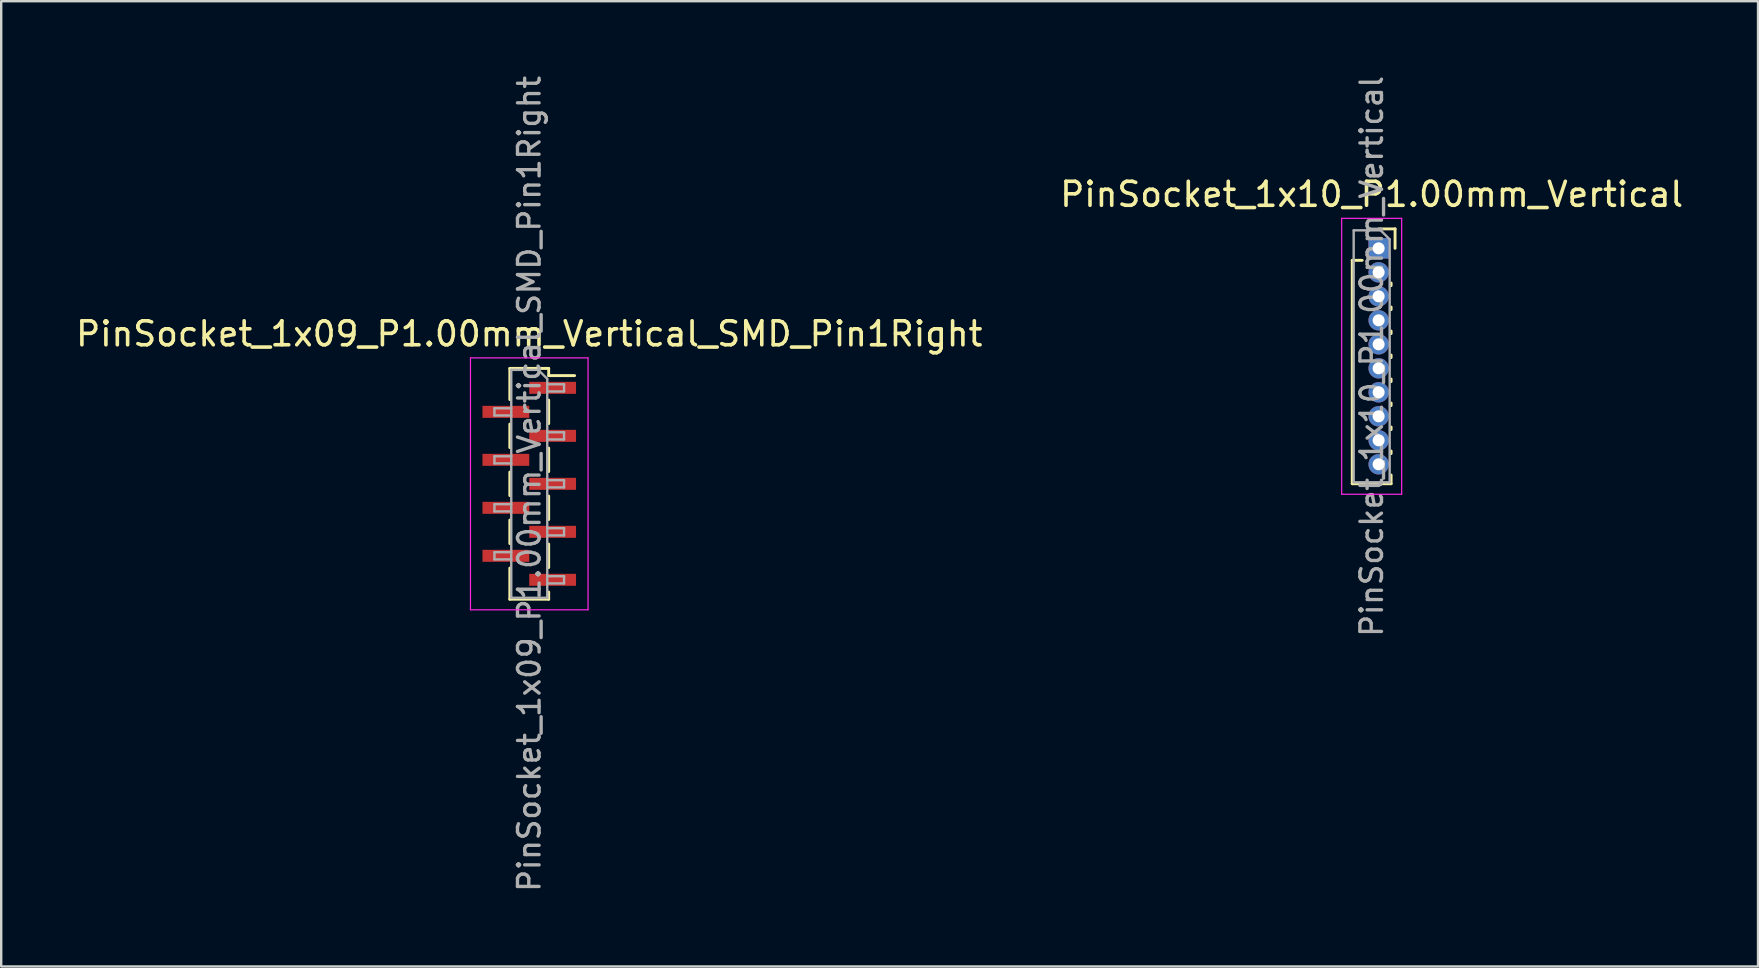
<source format=kicad_pcb>
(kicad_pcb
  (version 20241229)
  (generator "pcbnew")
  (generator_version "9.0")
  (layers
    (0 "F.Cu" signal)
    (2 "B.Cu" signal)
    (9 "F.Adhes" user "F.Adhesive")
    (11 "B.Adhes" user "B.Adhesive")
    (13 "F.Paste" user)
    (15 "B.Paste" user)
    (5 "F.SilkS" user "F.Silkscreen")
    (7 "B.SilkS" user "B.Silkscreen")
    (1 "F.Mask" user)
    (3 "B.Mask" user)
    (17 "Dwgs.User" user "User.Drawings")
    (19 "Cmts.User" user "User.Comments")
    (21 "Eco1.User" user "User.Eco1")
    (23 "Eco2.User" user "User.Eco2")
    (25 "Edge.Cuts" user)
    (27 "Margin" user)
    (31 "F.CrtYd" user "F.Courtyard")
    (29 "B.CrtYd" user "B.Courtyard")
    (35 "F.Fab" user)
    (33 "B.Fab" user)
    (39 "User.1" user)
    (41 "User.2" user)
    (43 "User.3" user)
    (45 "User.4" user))
  (footprint "PinSocket_1x10_P1.00mm_Vertical"
    (layer "F.Cu")
    (at 54.403 7.299)
    (property "Reference" "PinSocket_1x10_P1.00mm_Vertical" (at -0.29 -2.25 0) (layer "F.SilkS") (effects (font (size 1 1) (thickness 0.15))))
    (attr through_hole)
    (fp_line (start -1.1 0.5) (end -1.1 9.81) (stroke (width 0.12) (type solid)) (layer "F.SilkS"))
    (fp_line (start -1.1 0.5) (end -0.685 0.5) (stroke (width 0.12) (type solid)) (layer "F.SilkS"))
    (fp_line (start -1.1 9.81) (end 0.52 9.81) (stroke (width 0.12) (type solid)) (layer "F.SilkS"))
    (fp_line (start 0 -0.81) (end 0.685 -0.81) (stroke (width 0.12) (type solid)) (layer "F.SilkS"))
    (fp_line (start 0.52 1.446) (end 0.52 1.554) (stroke (width 0.12) (type solid)) (layer "F.SilkS"))
    (fp_line (start 0.52 2.446) (end 0.52 2.554) (stroke (width 0.12) (type solid)) (layer "F.SilkS"))
    (fp_line (start 0.52 3.446) (end 0.52 3.554) (stroke (width 0.12) (type solid)) (layer "F.SilkS"))
    (fp_line (start 0.52 4.446) (end 0.52 4.554) (stroke (width 0.12) (type solid)) (layer "F.SilkS"))
    (fp_line (start 0.52 5.446) (end 0.52 5.554) (stroke (width 0.12) (type solid)) (layer "F.SilkS"))
    (fp_line (start 0.52 6.446) (end 0.52 6.554) (stroke (width 0.12) (type solid)) (layer "F.SilkS"))
    (fp_line (start 0.52 7.446) (end 0.52 7.554) (stroke (width 0.12) (type solid)) (layer "F.SilkS"))
    (fp_line (start 0.52 8.446) (end 0.52 8.554) (stroke (width 0.12) (type solid)) (layer "F.SilkS"))
    (fp_line (start 0.52 9.446) (end 0.52 9.81) (stroke (width 0.12) (type solid)) (layer "F.SilkS"))
    (fp_line (start 0.685 -0.81) (end 0.685 0) (stroke (width 0.12) (type solid)) (layer "F.SilkS"))
    (fp_line (start -1.54 -1.25) (end 0.96 -1.25) (stroke (width 0.05) (type solid)) (layer "F.CrtYd"))
    (fp_line (start -1.54 10.25) (end -1.54 -1.25) (stroke (width 0.05) (type solid)) (layer "F.CrtYd"))
    (fp_line (start 0.96 -1.25) (end 0.96 10.25) (stroke (width 0.05) (type solid)) (layer "F.CrtYd"))
    (fp_line (start 0.96 10.25) (end -1.54 10.25) (stroke (width 0.05) (type solid)) (layer "F.CrtYd"))
    (fp_line (start -1.04 -0.75) (end 0.085 -0.75) (stroke (width 0.1) (type solid)) (layer "F.Fab"))
    (fp_line (start -1.04 9.75) (end -1.04 -0.75) (stroke (width 0.1) (type solid)) (layer "F.Fab"))
    (fp_line (start 0.085 -0.75) (end 0.46 -0.375) (stroke (width 0.1) (type solid)) (layer "F.Fab"))
    (fp_line (start 0.46 -0.375) (end 0.46 9.75) (stroke (width 0.1) (type solid)) (layer "F.Fab"))
    (fp_line (start 0.46 9.75) (end -1.04 9.75) (stroke (width 0.1) (type solid)) (layer "F.Fab"))
    (fp_text user "${REFERENCE}" (at -0.29 4.5 90) (layer "F.Fab") (effects (font (size 0.9 0.9) (thickness 0.14))))
    (pad "1" thru_hole rect (at 0 0) (size 0.85 0.85) (drill 0.5) (layers "*.Cu" "*.Mask"))
    (pad "2" thru_hole oval (at 0 1) (size 0.85 0.85) (drill 0.5) (layers "*.Cu" "*.Mask"))
    (pad "3" thru_hole oval (at 0 2) (size 0.85 0.85) (drill 0.5) (layers "*.Cu" "*.Mask"))
    (pad "4" thru_hole oval (at 0 3) (size 0.85 0.85) (drill 0.5) (layers "*.Cu" "*.Mask"))
    (pad "5" thru_hole oval (at 0 4) (size 0.85 0.85) (drill 0.5) (layers "*.Cu" "*.Mask"))
    (pad "6" thru_hole oval (at 0 5) (size 0.85 0.85) (drill 0.5) (layers "*.Cu" "*.Mask"))
    (pad "7" thru_hole oval (at 0 6) (size 0.85 0.85) (drill 0.5) (layers "*.Cu" "*.Mask"))
    (pad "8" thru_hole oval (at 0 7) (size 0.85 0.85) (drill 0.5) (layers "*.Cu" "*.Mask"))
    (pad "9" thru_hole oval (at 0 8) (size 0.85 0.85) (drill 0.5) (layers "*.Cu" "*.Mask"))
    (pad "10" thru_hole oval (at 0 9) (size 0.85 0.85) (drill 0.5) (layers "*.Cu" "*.Mask")))
  (footprint "PinSocket_1x09_P1.00mm_Vertical_SMD_Pin1Right"
    (layer "F.Cu")
    (at 19.006 17.113)
    (property "Reference" "PinSocket_1x09_P1.00mm_Vertical_SMD_Pin1Right" (at 0 -6.25 0) (layer "F.SilkS") (effects (font (size 1 1) (thickness 0.15))))
    (attr smd)
    (fp_line (start -0.81 -4.81) (end -0.81 -3.51) (stroke (width 0.12) (type solid)) (layer "F.SilkS"))
    (fp_line (start -0.81 -4.81) (end 0.81 -4.81) (stroke (width 0.12) (type solid)) (layer "F.SilkS"))
    (fp_line (start -0.81 -2.49) (end -0.81 -1.51) (stroke (width 0.12) (type solid)) (layer "F.SilkS"))
    (fp_line (start -0.81 -0.49) (end -0.81 0.49) (stroke (width 0.12) (type solid)) (layer "F.SilkS"))
    (fp_line (start -0.81 1.51) (end -0.81 2.49) (stroke (width 0.12) (type solid)) (layer "F.SilkS"))
    (fp_line (start -0.81 3.51) (end -0.81 4.81) (stroke (width 0.12) (type solid)) (layer "F.SilkS"))
    (fp_line (start -0.81 4.81) (end 0.81 4.81) (stroke (width 0.12) (type solid)) (layer "F.SilkS"))
    (fp_line (start 0.81 -4.81) (end 0.81 -4.51) (stroke (width 0.12) (type solid)) (layer "F.SilkS"))
    (fp_line (start 0.81 -4.51) (end 1.89 -4.51) (stroke (width 0.12) (type solid)) (layer "F.SilkS"))
    (fp_line (start 0.81 -3.49) (end 0.81 -2.51) (stroke (width 0.12) (type solid)) (layer "F.SilkS"))
    (fp_line (start 0.81 -1.49) (end 0.81 -0.51) (stroke (width 0.12) (type solid)) (layer "F.SilkS"))
    (fp_line (start 0.81 0.51) (end 0.81 1.49) (stroke (width 0.12) (type solid)) (layer "F.SilkS"))
    (fp_line (start 0.81 2.51) (end 0.81 3.49) (stroke (width 0.12) (type solid)) (layer "F.SilkS"))
    (fp_line (start 0.81 4.51) (end 0.81 4.81) (stroke (width 0.12) (type solid)) (layer "F.SilkS"))
    (fp_line (start -2.45 -5.25) (end 2.45 -5.25) (stroke (width 0.05) (type solid)) (layer "F.CrtYd"))
    (fp_line (start -2.45 5.25) (end -2.45 -5.25) (stroke (width 0.05) (type solid)) (layer "F.CrtYd"))
    (fp_line (start 2.45 -5.25) (end 2.45 5.25) (stroke (width 0.05) (type solid)) (layer "F.CrtYd"))
    (fp_line (start 2.45 5.25) (end -2.45 5.25) (stroke (width 0.05) (type solid)) (layer "F.CrtYd"))
    (fp_line (start -1.45 -3.15) (end -0.75 -3.15) (stroke (width 0.1) (type solid)) (layer "F.Fab"))
    (fp_line (start -1.45 -2.85) (end -1.45 -3.15) (stroke (width 0.1) (type solid)) (layer "F.Fab"))
    (fp_line (start -1.45 -1.15) (end -0.75 -1.15) (stroke (width 0.1) (type solid)) (layer "F.Fab"))
    (fp_line (start -1.45 -0.85) (end -1.45 -1.15) (stroke (width 0.1) (type solid)) (layer "F.Fab"))
    (fp_line (start -1.45 0.85) (end -0.75 0.85) (stroke (width 0.1) (type solid)) (layer "F.Fab"))
    (fp_line (start -1.45 1.15) (end -1.45 0.85) (stroke (width 0.1) (type solid)) (layer "F.Fab"))
    (fp_line (start -1.45 2.85) (end -0.75 2.85) (stroke (width 0.1) (type solid)) (layer "F.Fab"))
    (fp_line (start -1.45 3.15) (end -1.45 2.85) (stroke (width 0.1) (type solid)) (layer "F.Fab"))
    (fp_line (start -0.75 -4.75) (end 0.375 -4.75) (stroke (width 0.1) (type solid)) (layer "F.Fab"))
    (fp_line (start -0.75 -2.85) (end -1.45 -2.85) (stroke (width 0.1) (type solid)) (layer "F.Fab"))
    (fp_line (start -0.75 -0.85) (end -1.45 -0.85) (stroke (width 0.1) (type solid)) (layer "F.Fab"))
    (fp_line (start -0.75 1.15) (end -1.45 1.15) (stroke (width 0.1) (type solid)) (layer "F.Fab"))
    (fp_line (start -0.75 3.15) (end -1.45 3.15) (stroke (width 0.1) (type solid)) (layer "F.Fab"))
    (fp_line (start -0.75 4.75) (end -0.75 -4.75) (stroke (width 0.1) (type solid)) (layer "F.Fab"))
    (fp_line (start 0.375 -4.75) (end 0.75 -4.375) (stroke (width 0.1) (type solid)) (layer "F.Fab"))
    (fp_line (start 0.75 -4.375) (end 0.75 4.75) (stroke (width 0.1) (type solid)) (layer "F.Fab"))
    (fp_line (start 0.75 -4.15) (end 1.45 -4.15) (stroke (width 0.1) (type solid)) (layer "F.Fab"))
    (fp_line (start 0.75 -2.15) (end 1.45 -2.15) (stroke (width 0.1) (type solid)) (layer "F.Fab"))
    (fp_line (start 0.75 -0.15) (end 1.45 -0.15) (stroke (width 0.1) (type solid)) (layer "F.Fab"))
    (fp_line (start 0.75 1.85) (end 1.45 1.85) (stroke (width 0.1) (type solid)) (layer "F.Fab"))
    (fp_line (start 0.75 3.85) (end 1.45 3.85) (stroke (width 0.1) (type solid)) (layer "F.Fab"))
    (fp_line (start 0.75 4.75) (end -0.75 4.75) (stroke (width 0.1) (type solid)) (layer "F.Fab"))
    (fp_line (start 1.45 -4.15) (end 1.45 -3.85) (stroke (width 0.1) (type solid)) (layer "F.Fab"))
    (fp_line (start 1.45 -3.85) (end 0.75 -3.85) (stroke (width 0.1) (type solid)) (layer "F.Fab"))
    (fp_line (start 1.45 -2.15) (end 1.45 -1.85) (stroke (width 0.1) (type solid)) (layer "F.Fab"))
    (fp_line (start 1.45 -1.85) (end 0.75 -1.85) (stroke (width 0.1) (type solid)) (layer "F.Fab"))
    (fp_line (start 1.45 -0.15) (end 1.45 0.15) (stroke (width 0.1) (type solid)) (layer "F.Fab"))
    (fp_line (start 1.45 0.15) (end 0.75 0.15) (stroke (width 0.1) (type solid)) (layer "F.Fab"))
    (fp_line (start 1.45 1.85) (end 1.45 2.15) (stroke (width 0.1) (type solid)) (layer "F.Fab"))
    (fp_line (start 1.45 2.15) (end 0.75 2.15) (stroke (width 0.1) (type solid)) (layer "F.Fab"))
    (fp_line (start 1.45 3.85) (end 1.45 4.15) (stroke (width 0.1) (type solid)) (layer "F.Fab"))
    (fp_line (start 1.45 4.15) (end 0.75 4.15) (stroke (width 0.1) (type solid)) (layer "F.Fab"))
    (fp_text user "${REFERENCE}" (at 0 0 90) (layer "F.Fab") (effects (font (size 0.9 0.9) (thickness 0.14))))
    (pad "1" smd rect (at 0.975 -4) (size 1.95 0.5) (layers "F.Cu" "F.Mask" "F.Paste"))
    (pad "2" smd rect (at -0.975 -3) (size 1.95 0.5) (layers "F.Cu" "F.Mask" "F.Paste"))
    (pad "3" smd rect (at 0.975 -2) (size 1.95 0.5) (layers "F.Cu" "F.Mask" "F.Paste"))
    (pad "4" smd rect (at -0.975 -1) (size 1.95 0.5) (layers "F.Cu" "F.Mask" "F.Paste"))
    (pad "5" smd rect (at 0.975 0) (size 1.95 0.5) (layers "F.Cu" "F.Mask" "F.Paste"))
    (pad "6" smd rect (at -0.975 1) (size 1.95 0.5) (layers "F.Cu" "F.Mask" "F.Paste"))
    (pad "7" smd rect (at 0.975 2) (size 1.95 0.5) (layers "F.Cu" "F.Mask" "F.Paste"))
    (pad "8" smd rect (at -0.975 3) (size 1.95 0.5) (layers "F.Cu" "F.Mask" "F.Paste"))
    (pad "9" smd rect (at 0.975 4) (size 1.95 0.5) (layers "F.Cu" "F.Mask" "F.Paste")))
  (gr_rect
    (start -3 -3)
    (end 70.214 37.226)
    (stroke (width 0.1) (type default))
    (fill no)
    (layer "Edge.Cuts")))
</source>
